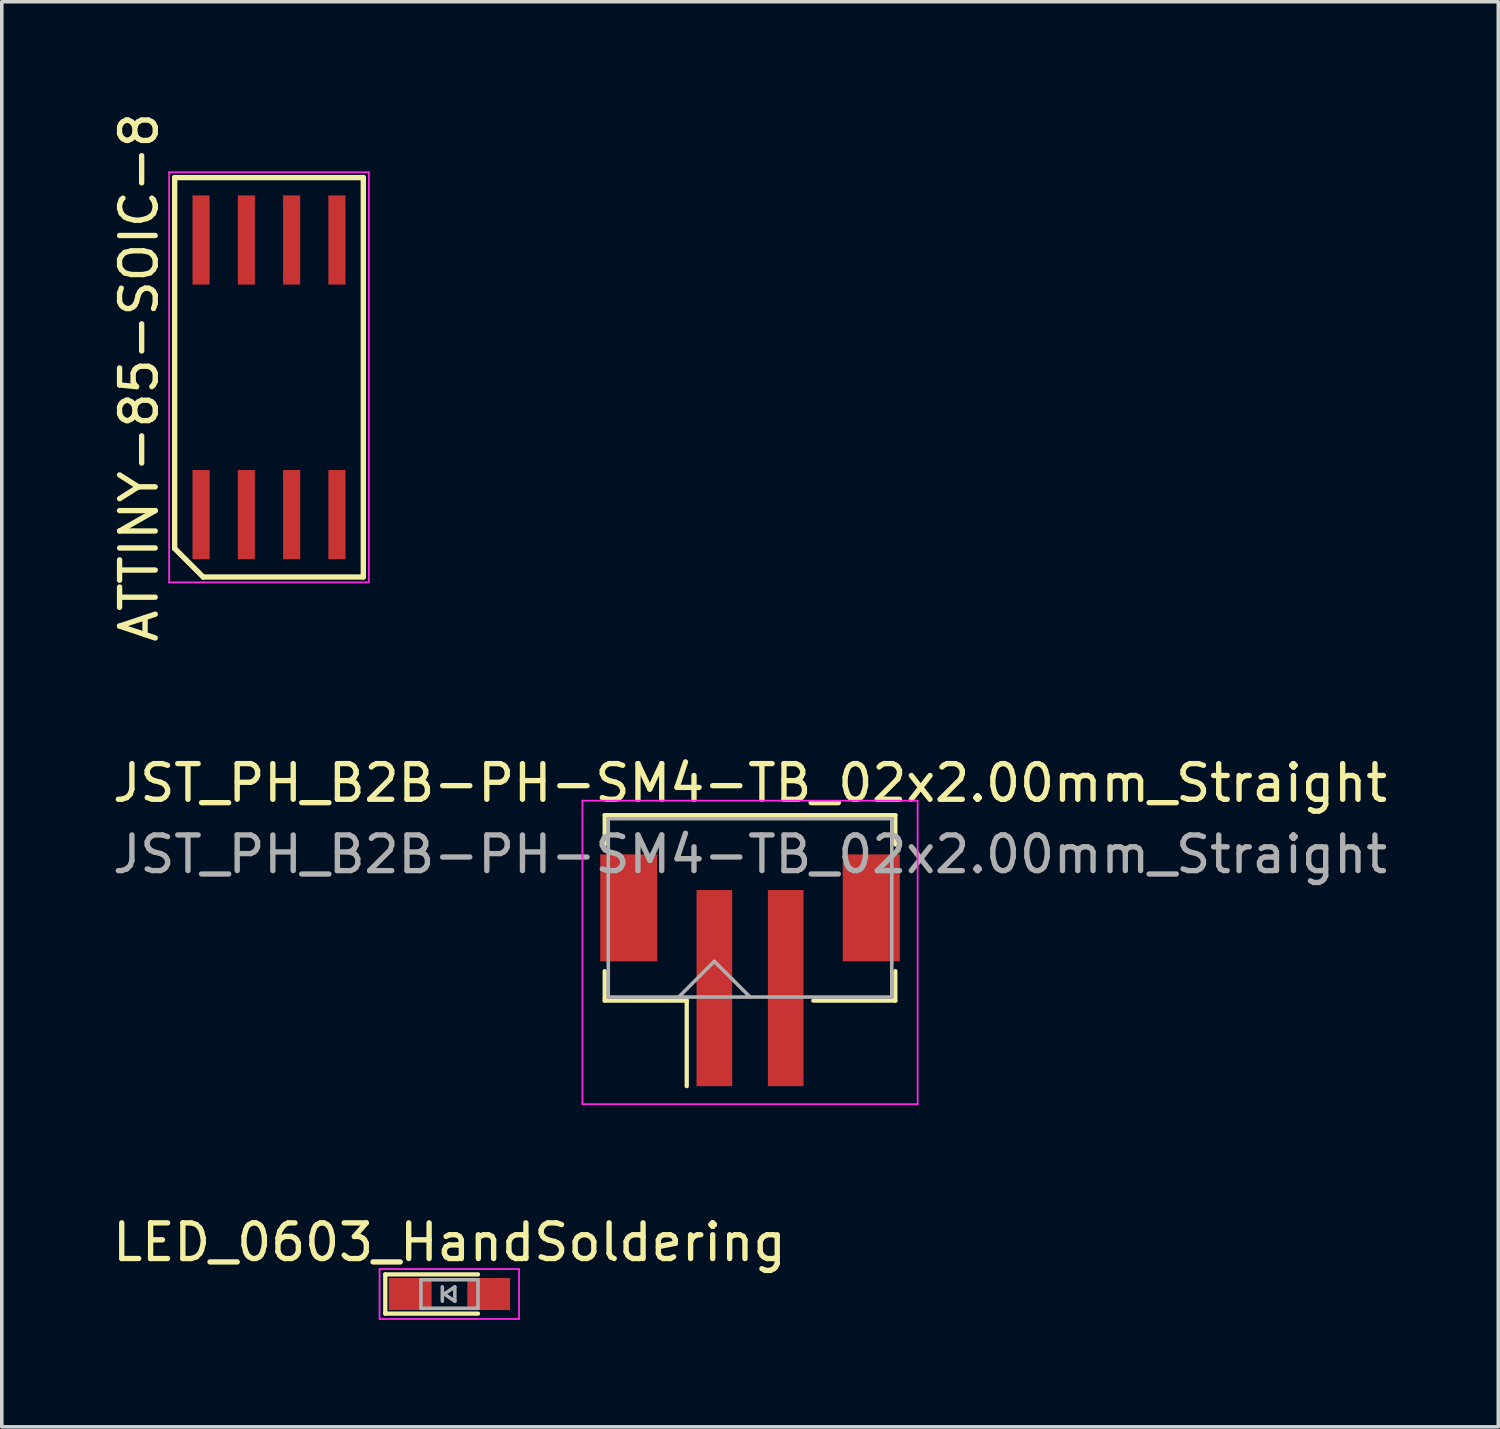
<source format=kicad_pcb>
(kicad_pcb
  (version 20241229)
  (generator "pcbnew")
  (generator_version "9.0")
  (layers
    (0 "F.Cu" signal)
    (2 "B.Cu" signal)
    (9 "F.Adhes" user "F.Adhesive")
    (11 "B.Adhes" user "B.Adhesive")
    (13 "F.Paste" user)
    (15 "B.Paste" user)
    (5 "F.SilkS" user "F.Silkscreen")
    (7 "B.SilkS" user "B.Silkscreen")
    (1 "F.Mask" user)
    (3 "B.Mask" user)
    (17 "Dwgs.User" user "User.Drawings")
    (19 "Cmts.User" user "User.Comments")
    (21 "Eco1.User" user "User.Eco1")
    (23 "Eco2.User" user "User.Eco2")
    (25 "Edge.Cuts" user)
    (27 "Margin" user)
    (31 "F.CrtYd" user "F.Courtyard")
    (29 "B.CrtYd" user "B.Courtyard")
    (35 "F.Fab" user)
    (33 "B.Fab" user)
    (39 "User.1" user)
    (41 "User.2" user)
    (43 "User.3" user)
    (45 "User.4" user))
  (footprint "JST_PH_B2B-PH-SM4-TB_02x2.00mm_Straight"
    (layer "F.Cu")
    (at 17.982 23.533)
    (property "Reference" "JST_PH_B2B-PH-SM4-TB_02x2.00mm_Straight" (at 0 -4.625 0) (layer "F.SilkS") (effects (font (size 1 1) (thickness 0.15))))
    (attr smd)
    (fp_line (start -4.075 -3.725) (end 4.075 -3.725) (stroke (width 0.12) (type solid)) (layer "F.SilkS"))
    (fp_line (start -4.075 -2.9) (end -4.075 -3.725) (stroke (width 0.12) (type solid)) (layer "F.SilkS"))
    (fp_line (start -4.075 0.65) (end -4.075 1.475) (stroke (width 0.12) (type solid)) (layer "F.SilkS"))
    (fp_line (start -4.075 1.475) (end -1.775 1.475) (stroke (width 0.12) (type solid)) (layer "F.SilkS"))
    (fp_line (start -1.775 1.475) (end -1.775 3.875) (stroke (width 0.12) (type solid)) (layer "F.SilkS"))
    (fp_line (start 4.075 -3.725) (end 4.075 -2.9) (stroke (width 0.12) (type solid)) (layer "F.SilkS"))
    (fp_line (start 4.075 0.65) (end 4.075 1.475) (stroke (width 0.12) (type solid)) (layer "F.SilkS"))
    (fp_line (start 4.075 1.475) (end 1.775 1.475) (stroke (width 0.12) (type solid)) (layer "F.SilkS"))
    (fp_line (start -4.7 -4.13) (end -4.7 4.38) (stroke (width 0.05) (type solid)) (layer "F.CrtYd"))
    (fp_line (start -4.7 4.38) (end 4.7 4.38) (stroke (width 0.05) (type solid)) (layer "F.CrtYd"))
    (fp_line (start 4.7 -4.13) (end -4.7 -4.13) (stroke (width 0.05) (type solid)) (layer "F.CrtYd"))
    (fp_line (start 4.7 4.38) (end 4.7 -4.13) (stroke (width 0.05) (type solid)) (layer "F.CrtYd"))
    (fp_line (start -3.975 -3.625) (end -3.975 1.375) (stroke (width 0.1) (type solid)) (layer "F.Fab"))
    (fp_line (start -3.975 1.375) (end 3.975 1.375) (stroke (width 0.1) (type solid)) (layer "F.Fab"))
    (fp_line (start -2 1.375) (end -1 0.375) (stroke (width 0.1) (type solid)) (layer "F.Fab"))
    (fp_line (start -1 0.375) (end 0 1.375) (stroke (width 0.1) (type solid)) (layer "F.Fab"))
    (fp_line (start 3.975 -3.625) (end -3.975 -3.625) (stroke (width 0.1) (type solid)) (layer "F.Fab"))
    (fp_line (start 3.975 1.375) (end 3.975 -3.625) (stroke (width 0.1) (type solid)) (layer "F.Fab"))
    (fp_text user "${REFERENCE}" (at 0 -2.625 0) (layer "F.Fab") (effects (font (size 1 1) (thickness 0.15))))
    (pad "" smd rect (at -3.4 -1.125) (size 1.6 3) (layers "F.Cu" "F.Mask" "F.Paste"))
    (pad "" smd rect (at 3.4 -1.125) (size 1.6 3) (layers "F.Cu" "F.Mask" "F.Paste"))
    (pad "1" smd rect (at -1 1.125) (size 1 5.5) (layers "F.Cu" "F.Mask" "F.Paste"))
    (pad "2" smd rect (at 1 1.125) (size 1 5.5) (layers "F.Cu" "F.Mask" "F.Paste")))
  (footprint "ATTINY-85-SOIC-8"
    (layer "F.Cu")
    (at 4.493 7.53)
    (property "Reference" "ATTINY-85-SOIC-8" (at -3.645 0 90) (layer "F.SilkS") (effects (font (size 1 1) (thickness 0.15))))
    (attr smd)
    (fp_line (start -2.645 -5.6) (end 2.645 -5.6) (stroke (width 0.15) (type solid)) (layer "F.SilkS"))
    (fp_line (start -2.645 4.8) (end -2.645 -5.6) (stroke (width 0.15) (type solid)) (layer "F.SilkS"))
    (fp_line (start -1.845 5.6) (end -2.645 4.8) (stroke (width 0.15) (type solid)) (layer "F.SilkS"))
    (fp_line (start 2.645 -5.6) (end 2.645 5.6) (stroke (width 0.15) (type solid)) (layer "F.SilkS"))
    (fp_line (start 2.645 5.6) (end -1.845 5.6) (stroke (width 0.15) (type solid)) (layer "F.SilkS"))
    (fp_line (start -2.8 -5.75) (end 2.8 -5.75) (stroke (width 0.05) (type solid)) (layer "F.CrtYd"))
    (fp_line (start -2.8 5.75) (end -2.8 -5.75) (stroke (width 0.05) (type solid)) (layer "F.CrtYd"))
    (fp_line (start 2.8 -5.75) (end 2.8 5.75) (stroke (width 0.05) (type solid)) (layer "F.CrtYd"))
    (fp_line (start 2.8 5.75) (end -2.8 5.75) (stroke (width 0.05) (type solid)) (layer "F.CrtYd"))
    (pad "1" smd rect (at -1.905 3.85) (size 0.48 2.5) (layers "F.Cu" "F.Mask" "F.Paste"))
    (pad "2" smd rect (at -0.635 3.85) (size 0.48 2.5) (layers "F.Cu" "F.Mask" "F.Paste"))
    (pad "3" smd rect (at 0.635 3.85) (size 0.48 2.5) (layers "F.Cu" "F.Mask" "F.Paste"))
    (pad "4" smd rect (at 1.905 3.85) (size 0.48 2.5) (layers "F.Cu" "F.Mask" "F.Paste"))
    (pad "5" smd rect (at 1.905 -3.85) (size 0.48 2.5) (layers "F.Cu" "F.Mask" "F.Paste"))
    (pad "6" smd rect (at 0.635 -3.85) (size 0.48 2.5) (layers "F.Cu" "F.Mask" "F.Paste"))
    (pad "7" smd rect (at -0.635 -3.85) (size 0.48 2.5) (layers "F.Cu" "F.Mask" "F.Paste"))
    (pad "8" smd rect (at -1.905 -3.85) (size 0.48 2.5) (layers "F.Cu" "F.Mask" "F.Paste")))
  (footprint "LED_0603_HandSoldering"
    (layer "F.Cu")
    (at 9.554 33.236)
    (property "Reference" "LED_0603_HandSoldering" (at 0 -1.45 0) (layer "F.SilkS") (effects (font (size 1 1) (thickness 0.15))))
    (attr smd)
    (fp_line (start -1.8 -0.55) (end -1.8 0.55) (stroke (width 0.12) (type solid)) (layer "F.SilkS"))
    (fp_line (start -1.8 -0.55) (end 0.8 -0.55) (stroke (width 0.12) (type solid)) (layer "F.SilkS"))
    (fp_line (start -1.8 0.55) (end 0.8 0.55) (stroke (width 0.12) (type solid)) (layer "F.SilkS"))
    (fp_line (start -1.96 -0.7) (end -1.96 0.7) (stroke (width 0.05) (type solid)) (layer "F.CrtYd"))
    (fp_line (start -1.96 -0.7) (end 1.95 -0.7) (stroke (width 0.05) (type solid)) (layer "F.CrtYd"))
    (fp_line (start 1.95 0.7) (end -1.96 0.7) (stroke (width 0.05) (type solid)) (layer "F.CrtYd"))
    (fp_line (start 1.95 0.7) (end 1.95 -0.7) (stroke (width 0.05) (type solid)) (layer "F.CrtYd"))
    (fp_line (start -0.8 -0.4) (end -0.8 0.4) (stroke (width 0.1) (type solid)) (layer "F.Fab"))
    (fp_line (start -0.8 -0.4) (end 0.8 -0.4) (stroke (width 0.1) (type solid)) (layer "F.Fab"))
    (fp_line (start -0.2 -0.2) (end -0.2 0.2) (stroke (width 0.1) (type solid)) (layer "F.Fab"))
    (fp_line (start -0.15 0) (end 0.15 -0.2) (stroke (width 0.1) (type solid)) (layer "F.Fab"))
    (fp_line (start 0.15 -0.2) (end 0.15 0.2) (stroke (width 0.1) (type solid)) (layer "F.Fab"))
    (fp_line (start 0.15 0.2) (end -0.15 0) (stroke (width 0.1) (type solid)) (layer "F.Fab"))
    (fp_line (start 0.8 -0.4) (end 0.8 0.4) (stroke (width 0.1) (type solid)) (layer "F.Fab"))
    (fp_line (start 0.8 0.4) (end -0.8 0.4) (stroke (width 0.1) (type solid)) (layer "F.Fab"))
    (pad "1" smd rect (at -1.1 0) (size 1.2 0.9) (layers "F.Cu" "F.Mask" "F.Paste"))
    (pad "2" smd rect (at 1.1 0) (size 1.2 0.9) (layers "F.Cu" "F.Mask" "F.Paste")))
  (gr_rect
    (start -3 -3)
    (end 38.964 36.961)
    (stroke (width 0.1) (type default))
    (fill no)
    (layer "Edge.Cuts")))
</source>
